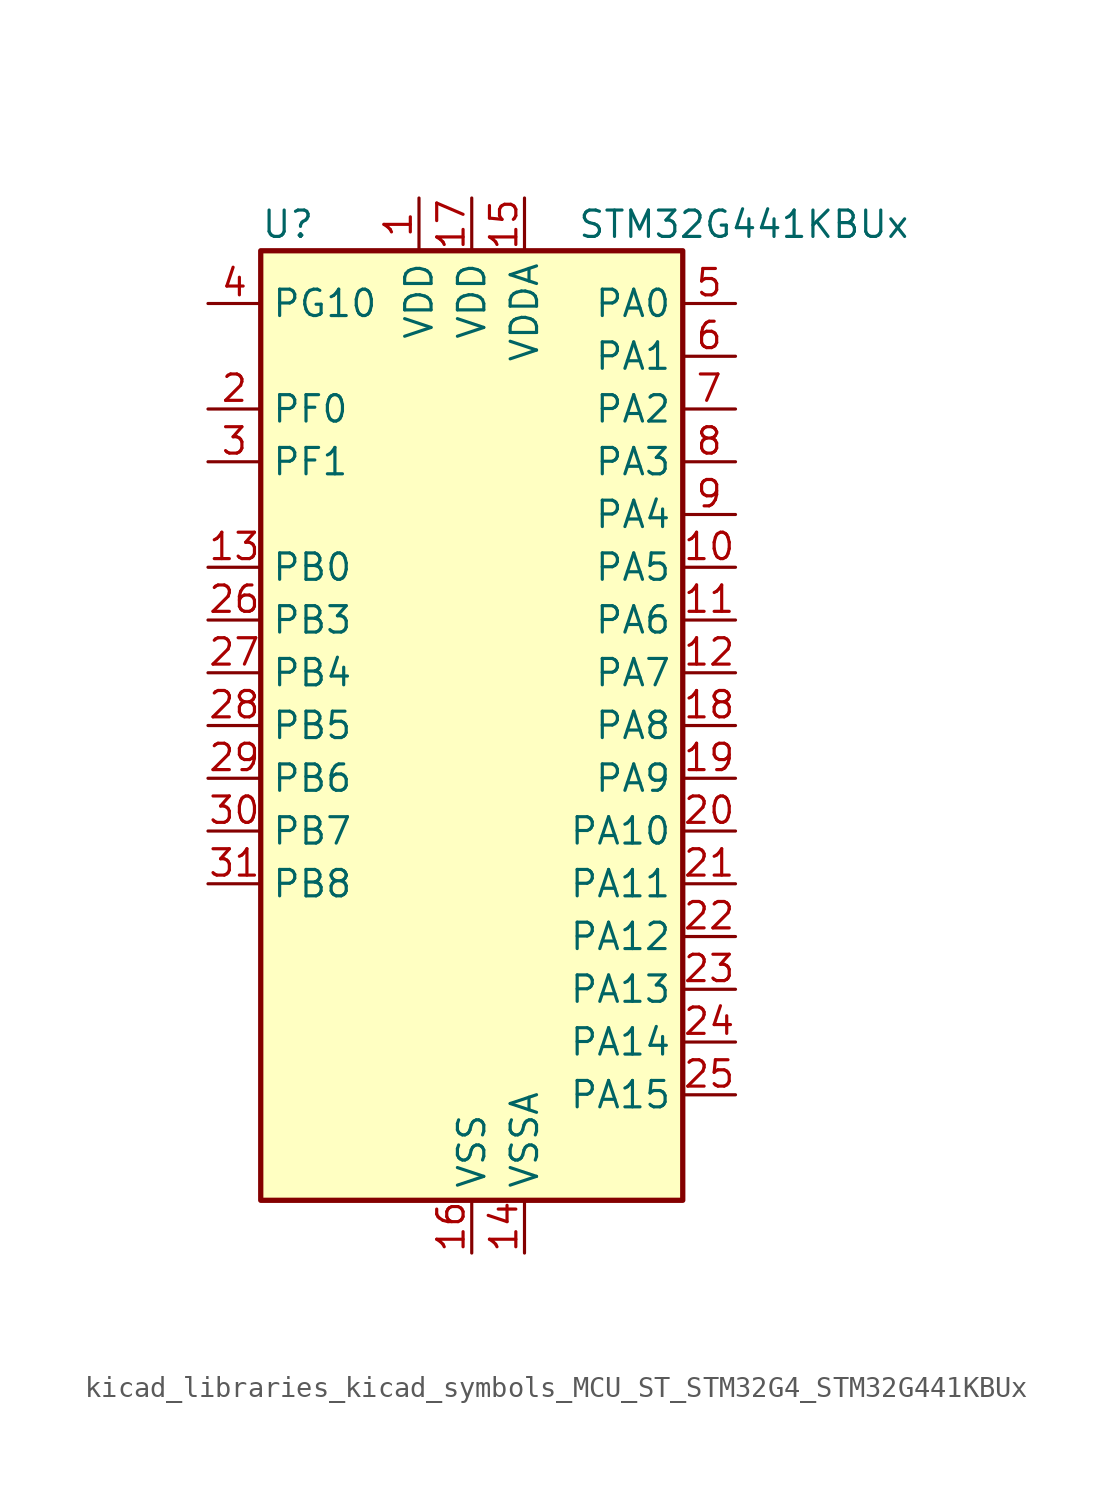
<source format=kicad_sym>
(kicad_symbol_lib
  (version 20220914)
  (generator kicad_symbol_editor)
  (symbol "kicad_libraries_kicad_symbols_MCU_ST_STM32G4_STM32G441KBUx"
    (property "Reference" "U"
      (at -10.16 24.13 0)
      (effects (font (size 1.27 1.27)) (justify left)))
    (property "Value" "STM32G441KBUx"
      (at 5.08 24.13 0)
      (effects (font (size 1.27 1.27)) (justify left)))
    (property "ki_locked" ""
      (at 0 0 0)
      (effects (font (size 1.27 1.27))))
    (symbol "kicad_libraries_kicad_symbols_MCU_ST_STM32G4_STM32G441KBUx_0_1"
      (rectangle (start -10.16 -22.86) (end 10.16 22.86) (stroke (width 0.254) (type default)) (fill (type background))))
    (symbol "kicad_libraries_kicad_symbols_MCU_ST_STM32G4_STM32G441KBUx_1_1"
      (pin power_in line (at -2.54 25.4 270) (length 2.54) (name "VDD" (effects (font (size 1.27 1.27)))) (number "1" (effects (font (size 1.27 1.27)))))
      (pin bidirectional line (at 12.7 7.62 180) (length 2.54) (name "PA5" (effects (font (size 1.27 1.27)))) (number "10" (effects (font (size 1.27 1.27)))) (alternate "ADC2_IN13" bidirectional line) (alternate "COMP2_INM" bidirectional line) (alternate "DAC1_OUT2" bidirectional line) (alternate "OPAMP2_VINM" bidirectional line) (alternate "OPAMP2_VINM0" bidirectional line) (alternate "OPAMP2_VINM_SEC" bidirectional line) (alternate "SPI1_SCK" bidirectional line) (alternate "TIM2_CH1" bidirectional line) (alternate "TIM2_ETR" bidirectional line) (alternate "UCPD1_FRSTX1" bidirectional line) (alternate "UCPD1_FRSTX2" bidirectional line))
      (pin bidirectional line (at 12.7 5.08 180) (length 2.54) (name "PA6" (effects (font (size 1.27 1.27)))) (number "11" (effects (font (size 1.27 1.27)))) (alternate "ADC2_IN3" bidirectional line) (alternate "COMP1_OUT" bidirectional line) (alternate "LPUART1_CTS" bidirectional line) (alternate "OPAMP2_VOUT" bidirectional line) (alternate "SPI1_MISO" bidirectional line) (alternate "TIM16_CH1" bidirectional line) (alternate "TIM1_BKIN" bidirectional line) (alternate "TIM3_CH1" bidirectional line) (alternate "TIM8_BKIN" bidirectional line))
      (pin bidirectional line (at 12.7 2.54 180) (length 2.54) (name "PA7" (effects (font (size 1.27 1.27)))) (number "12" (effects (font (size 1.27 1.27)))) (alternate "ADC2_IN4" bidirectional line) (alternate "COMP2_INP" bidirectional line) (alternate "COMP2_OUT" bidirectional line) (alternate "OPAMP1_VINP" bidirectional line) (alternate "OPAMP1_VINP_SEC" bidirectional line) (alternate "OPAMP2_VINP" bidirectional line) (alternate "OPAMP2_VINP_SEC" bidirectional line) (alternate "SPI1_MOSI" bidirectional line) (alternate "TIM17_CH1" bidirectional line) (alternate "TIM1_CH1N" bidirectional line) (alternate "TIM3_CH2" bidirectional line) (alternate "TIM8_CH1N" bidirectional line) (alternate "UCPD1_FRSTX1" bidirectional line) (alternate "UCPD1_FRSTX2" bidirectional line))
      (pin bidirectional line (at -12.7 7.62 0) (length 2.54) (name "PB0" (effects (font (size 1.27 1.27)))) (number "13" (effects (font (size 1.27 1.27)))) (alternate "ADC1_IN15" bidirectional line) (alternate "COMP4_INP" bidirectional line) (alternate "OPAMP2_VINP" bidirectional line) (alternate "OPAMP2_VINP_SEC" bidirectional line) (alternate "OPAMP3_VINP" bidirectional line) (alternate "OPAMP3_VINP_SEC" bidirectional line) (alternate "TIM1_CH2N" bidirectional line) (alternate "TIM3_CH3" bidirectional line) (alternate "TIM8_CH2N" bidirectional line) (alternate "UCPD1_FRSTX1" bidirectional line) (alternate "UCPD1_FRSTX2" bidirectional line))
      (pin power_in line (at 2.54 -25.4 90) (length 2.54) (name "VSSA" (effects (font (size 1.27 1.27)))) (number "14" (effects (font (size 1.27 1.27)))))
      (pin power_in line (at 2.54 25.4 270) (length 2.54) (name "VDDA" (effects (font (size 1.27 1.27)))) (number "15" (effects (font (size 1.27 1.27)))))
      (pin power_in line (at 0 -25.4 90) (length 2.54) (name "VSS" (effects (font (size 1.27 1.27)))) (number "16" (effects (font (size 1.27 1.27)))))
      (pin power_in line (at 0 25.4 270) (length 2.54) (name "VDD" (effects (font (size 1.27 1.27)))) (number "17" (effects (font (size 1.27 1.27)))))
      (pin bidirectional line (at 12.7 0 180) (length 2.54) (name "PA8" (effects (font (size 1.27 1.27)))) (number "18" (effects (font (size 1.27 1.27)))) (alternate "I2C2_SDA" bidirectional line) (alternate "I2C3_SCL" bidirectional line) (alternate "I2S2_MCK" bidirectional line) (alternate "RCC_MCO" bidirectional line) (alternate "SAI1_CK2" bidirectional line) (alternate "SAI1_SCK_A" bidirectional line) (alternate "TIM1_CH1" bidirectional line) (alternate "TIM4_ETR" bidirectional line) (alternate "USART1_CK" bidirectional line))
      (pin bidirectional line (at 12.7 -2.54 180) (length 2.54) (name "PA9" (effects (font (size 1.27 1.27)))) (number "19" (effects (font (size 1.27 1.27)))) (alternate "DAC1_EXTI9" bidirectional line) (alternate "DAC3_EXTI9" bidirectional line) (alternate "I2C2_SCL" bidirectional line) (alternate "I2C3_SMBA" bidirectional line) (alternate "I2S3_MCK" bidirectional line) (alternate "SAI1_FS_A" bidirectional line) (alternate "TIM15_BKIN" bidirectional line) (alternate "TIM1_CH2" bidirectional line) (alternate "TIM2_CH3" bidirectional line) (alternate "UCPD1_DBCC1" bidirectional line) (alternate "USART1_TX" bidirectional line))
      (pin bidirectional line (at -12.7 15.24 0) (length 2.54) (name "PF0" (effects (font (size 1.27 1.27)))) (number "2" (effects (font (size 1.27 1.27)))) (alternate "ADC1_IN10" bidirectional line) (alternate "I2C2_SDA" bidirectional line) (alternate "I2S2_WS" bidirectional line) (alternate "RCC_OSC_IN" bidirectional line) (alternate "SPI2_NSS" bidirectional line) (alternate "TIM1_CH3N" bidirectional line))
      (pin bidirectional line (at 12.7 -5.08 180) (length 2.54) (name "PA10" (effects (font (size 1.27 1.27)))) (number "20" (effects (font (size 1.27 1.27)))) (alternate "CRS_SYNC" bidirectional line) (alternate "DAC1_EXTI10" bidirectional line) (alternate "DAC3_EXTI10" bidirectional line) (alternate "I2C2_SMBA" bidirectional line) (alternate "SAI1_D1" bidirectional line) (alternate "SAI1_SD_A" bidirectional line) (alternate "SPI2_MISO" bidirectional line) (alternate "TIM17_BKIN" bidirectional line) (alternate "TIM1_CH3" bidirectional line) (alternate "TIM2_CH4" bidirectional line) (alternate "TIM8_BKIN" bidirectional line) (alternate "UCPD1_DBCC2" bidirectional line) (alternate "USART1_RX" bidirectional line))
      (pin bidirectional line (at 12.7 -7.62 180) (length 2.54) (name "PA11" (effects (font (size 1.27 1.27)))) (number "21" (effects (font (size 1.27 1.27)))) (alternate "ADC1_EXTI11" bidirectional line) (alternate "ADC2_EXTI11" bidirectional line) (alternate "COMP1_OUT" bidirectional line) (alternate "FDCAN1_RX" bidirectional line) (alternate "I2S2_SD" bidirectional line) (alternate "SPI2_MOSI" bidirectional line) (alternate "TIM1_BKIN2" bidirectional line) (alternate "TIM1_CH1N" bidirectional line) (alternate "TIM1_CH4" bidirectional line) (alternate "TIM4_CH1" bidirectional line) (alternate "USART1_CTS" bidirectional line) (alternate "USART1_NSS" bidirectional line) (alternate "USB_DM" bidirectional line))
      (pin bidirectional line (at 12.7 -10.16 180) (length 2.54) (name "PA12" (effects (font (size 1.27 1.27)))) (number "22" (effects (font (size 1.27 1.27)))) (alternate "COMP2_OUT" bidirectional line) (alternate "FDCAN1_TX" bidirectional line) (alternate "I2S_CKIN" bidirectional line) (alternate "TIM16_CH1" bidirectional line) (alternate "TIM1_CH2N" bidirectional line) (alternate "TIM1_ETR" bidirectional line) (alternate "TIM4_CH2" bidirectional line) (alternate "USART1_DE" bidirectional line) (alternate "USART1_RTS" bidirectional line) (alternate "USB_DP" bidirectional line))
      (pin bidirectional line (at 12.7 -12.7 180) (length 2.54) (name "PA13" (effects (font (size 1.27 1.27)))) (number "23" (effects (font (size 1.27 1.27)))) (alternate "I2C1_SCL" bidirectional line) (alternate "IR_OUT" bidirectional line) (alternate "SAI1_SD_B" bidirectional line) (alternate "SYS_JTMS-SWDIO" bidirectional line) (alternate "TIM16_CH1N" bidirectional line) (alternate "TIM4_CH3" bidirectional line))
      (pin bidirectional line (at 12.7 -15.24 180) (length 2.54) (name "PA14" (effects (font (size 1.27 1.27)))) (number "24" (effects (font (size 1.27 1.27)))) (alternate "I2C1_SDA" bidirectional line) (alternate "LPTIM1_OUT" bidirectional line) (alternate "SAI1_FS_B" bidirectional line) (alternate "SYS_JTCK-SWCLK" bidirectional line) (alternate "TIM1_BKIN" bidirectional line) (alternate "TIM8_CH2" bidirectional line) (alternate "USART2_TX" bidirectional line))
      (pin bidirectional line (at 12.7 -17.78 180) (length 2.54) (name "PA15" (effects (font (size 1.27 1.27)))) (number "25" (effects (font (size 1.27 1.27)))) (alternate "ADC1_EXTI15" bidirectional line) (alternate "ADC2_EXTI15" bidirectional line) (alternate "I2C1_SCL" bidirectional line) (alternate "I2S3_WS" bidirectional line) (alternate "SPI1_NSS" bidirectional line) (alternate "SPI3_NSS" bidirectional line) (alternate "SYS_JTDI" bidirectional line) (alternate "TIM1_BKIN" bidirectional line) (alternate "TIM2_CH1" bidirectional line) (alternate "TIM2_ETR" bidirectional line) (alternate "TIM8_CH1" bidirectional line) (alternate "USART2_RX" bidirectional line))
      (pin bidirectional line (at -12.7 5.08 0) (length 2.54) (name "PB3" (effects (font (size 1.27 1.27)))) (number "26" (effects (font (size 1.27 1.27)))) (alternate "CRS_SYNC" bidirectional line) (alternate "I2S3_CK" bidirectional line) (alternate "SAI1_SCK_B" bidirectional line) (alternate "SPI1_SCK" bidirectional line) (alternate "SPI3_SCK" bidirectional line) (alternate "SYS_JTDO-SWO" bidirectional line) (alternate "TIM2_CH2" bidirectional line) (alternate "TIM3_ETR" bidirectional line) (alternate "TIM4_ETR" bidirectional line) (alternate "TIM8_CH1N" bidirectional line) (alternate "USART2_TX" bidirectional line))
      (pin bidirectional line (at -12.7 2.54 0) (length 2.54) (name "PB4" (effects (font (size 1.27 1.27)))) (number "27" (effects (font (size 1.27 1.27)))) (alternate "SAI1_MCLK_B" bidirectional line) (alternate "SPI1_MISO" bidirectional line) (alternate "SPI3_MISO" bidirectional line) (alternate "SYS_JTRST" bidirectional line) (alternate "TIM16_CH1" bidirectional line) (alternate "TIM17_BKIN" bidirectional line) (alternate "TIM3_CH1" bidirectional line) (alternate "TIM8_CH2N" bidirectional line) (alternate "UCPD1_CC2" bidirectional line) (alternate "USART2_RX" bidirectional line))
      (pin bidirectional line (at -12.7 0 0) (length 2.54) (name "PB5" (effects (font (size 1.27 1.27)))) (number "28" (effects (font (size 1.27 1.27)))) (alternate "I2C1_SMBA" bidirectional line) (alternate "I2C3_SDA" bidirectional line) (alternate "I2S3_SD" bidirectional line) (alternate "LPTIM1_IN1" bidirectional line) (alternate "SAI1_SD_B" bidirectional line) (alternate "SPI1_MOSI" bidirectional line) (alternate "SPI3_MOSI" bidirectional line) (alternate "TIM16_BKIN" bidirectional line) (alternate "TIM17_CH1" bidirectional line) (alternate "TIM3_CH2" bidirectional line) (alternate "TIM8_CH3N" bidirectional line) (alternate "USART2_CK" bidirectional line))
      (pin bidirectional line (at -12.7 -2.54 0) (length 2.54) (name "PB6" (effects (font (size 1.27 1.27)))) (number "29" (effects (font (size 1.27 1.27)))) (alternate "COMP4_OUT" bidirectional line) (alternate "LPTIM1_ETR" bidirectional line) (alternate "SAI1_FS_B" bidirectional line) (alternate "TIM16_CH1N" bidirectional line) (alternate "TIM4_CH1" bidirectional line) (alternate "TIM8_BKIN2" bidirectional line) (alternate "TIM8_CH1" bidirectional line) (alternate "TIM8_ETR" bidirectional line) (alternate "UCPD1_CC1" bidirectional line) (alternate "USART1_TX" bidirectional line))
      (pin bidirectional line (at -12.7 12.7 0) (length 2.54) (name "PF1" (effects (font (size 1.27 1.27)))) (number "3" (effects (font (size 1.27 1.27)))) (alternate "ADC2_IN10" bidirectional line) (alternate "COMP3_INM" bidirectional line) (alternate "I2S2_CK" bidirectional line) (alternate "RCC_OSC_OUT" bidirectional line) (alternate "SPI2_SCK" bidirectional line))
      (pin bidirectional line (at -12.7 -5.08 0) (length 2.54) (name "PB7" (effects (font (size 1.27 1.27)))) (number "30" (effects (font (size 1.27 1.27)))) (alternate "COMP3_OUT" bidirectional line) (alternate "I2C1_SDA" bidirectional line) (alternate "LPTIM1_IN2" bidirectional line) (alternate "SYS_PVD_IN" bidirectional line) (alternate "TIM17_CH1N" bidirectional line) (alternate "TIM3_CH4" bidirectional line) (alternate "TIM4_CH2" bidirectional line) (alternate "TIM8_BKIN" bidirectional line) (alternate "USART1_RX" bidirectional line))
      (pin bidirectional line (at -12.7 -7.62 0) (length 2.54) (name "PB8" (effects (font (size 1.27 1.27)))) (number "31" (effects (font (size 1.27 1.27)))) (alternate "COMP1_OUT" bidirectional line) (alternate "FDCAN1_RX" bidirectional line) (alternate "I2C1_SCL" bidirectional line) (alternate "SAI1_CK1" bidirectional line) (alternate "SAI1_MCLK_A" bidirectional line) (alternate "TIM16_CH1" bidirectional line) (alternate "TIM1_BKIN" bidirectional line) (alternate "TIM4_CH3" bidirectional line) (alternate "TIM8_CH2" bidirectional line))
      (pin passive line (at 0 -25.4 90) (length 2.54) hide (name "VSS" (effects (font (size 1.27 1.27)))) (number "32" (effects (font (size 1.27 1.27)))))
      (pin passive line (at 0 -25.4 90) (length 2.54) hide (name "VSS" (effects (font (size 1.27 1.27)))) (number "33" (effects (font (size 1.27 1.27)))))
      (pin bidirectional line (at -12.7 20.32 0) (length 2.54) (name "PG10" (effects (font (size 1.27 1.27)))) (number "4" (effects (font (size 1.27 1.27)))) (alternate "DAC1_EXTI10" bidirectional line) (alternate "DAC3_EXTI10" bidirectional line) (alternate "RCC_MCO" bidirectional line))
      (pin bidirectional line (at 12.7 20.32 180) (length 2.54) (name "PA0" (effects (font (size 1.27 1.27)))) (number "5" (effects (font (size 1.27 1.27)))) (alternate "ADC1_IN1" bidirectional line) (alternate "ADC2_IN1" bidirectional line) (alternate "COMP1_INM" bidirectional line) (alternate "COMP1_OUT" bidirectional line) (alternate "COMP3_INP" bidirectional line) (alternate "RTC_TAMP2" bidirectional line) (alternate "SYS_WKUP1" bidirectional line) (alternate "TIM2_CH1" bidirectional line) (alternate "TIM2_ETR" bidirectional line) (alternate "TIM8_BKIN" bidirectional line) (alternate "TIM8_ETR" bidirectional line) (alternate "USART2_CTS" bidirectional line) (alternate "USART2_NSS" bidirectional line))
      (pin bidirectional line (at 12.7 17.78 180) (length 2.54) (name "PA1" (effects (font (size 1.27 1.27)))) (number "6" (effects (font (size 1.27 1.27)))) (alternate "ADC1_IN2" bidirectional line) (alternate "ADC2_IN2" bidirectional line) (alternate "COMP1_INP" bidirectional line) (alternate "OPAMP1_VINP" bidirectional line) (alternate "OPAMP1_VINP_SEC" bidirectional line) (alternate "OPAMP3_VINP" bidirectional line) (alternate "OPAMP3_VINP_SEC" bidirectional line) (alternate "RTC_REFIN" bidirectional line) (alternate "TIM15_CH1N" bidirectional line) (alternate "TIM2_CH2" bidirectional line) (alternate "USART2_DE" bidirectional line) (alternate "USART2_RTS" bidirectional line))
      (pin bidirectional line (at 12.7 15.24 180) (length 2.54) (name "PA2" (effects (font (size 1.27 1.27)))) (number "7" (effects (font (size 1.27 1.27)))) (alternate "ADC1_IN3" bidirectional line) (alternate "COMP2_INM" bidirectional line) (alternate "COMP2_OUT" bidirectional line) (alternate "LPUART1_TX" bidirectional line) (alternate "OPAMP1_VOUT" bidirectional line) (alternate "RCC_LSCO" bidirectional line) (alternate "SYS_WKUP4" bidirectional line) (alternate "TIM15_CH1" bidirectional line) (alternate "TIM2_CH3" bidirectional line) (alternate "UCPD1_FRSTX1" bidirectional line) (alternate "UCPD1_FRSTX2" bidirectional line) (alternate "USART2_TX" bidirectional line))
      (pin bidirectional line (at 12.7 12.7 180) (length 2.54) (name "PA3" (effects (font (size 1.27 1.27)))) (number "8" (effects (font (size 1.27 1.27)))) (alternate "ADC1_IN4" bidirectional line) (alternate "COMP2_INP" bidirectional line) (alternate "LPUART1_RX" bidirectional line) (alternate "OPAMP1_VINM" bidirectional line) (alternate "OPAMP1_VINM0" bidirectional line) (alternate "OPAMP1_VINM_SEC" bidirectional line) (alternate "OPAMP1_VINP" bidirectional line) (alternate "OPAMP1_VINP_SEC" bidirectional line) (alternate "SAI1_CK1" bidirectional line) (alternate "SAI1_MCLK_A" bidirectional line) (alternate "TIM15_CH2" bidirectional line) (alternate "TIM2_CH4" bidirectional line) (alternate "USART2_RX" bidirectional line))
      (pin bidirectional line (at 12.7 10.16 180) (length 2.54) (name "PA4" (effects (font (size 1.27 1.27)))) (number "9" (effects (font (size 1.27 1.27)))) (alternate "ADC2_IN17" bidirectional line) (alternate "COMP1_INM" bidirectional line) (alternate "DAC1_OUT1" bidirectional line) (alternate "I2S3_WS" bidirectional line) (alternate "SAI1_FS_B" bidirectional line) (alternate "SPI1_NSS" bidirectional line) (alternate "SPI3_NSS" bidirectional line) (alternate "TIM3_CH2" bidirectional line) (alternate "USART2_CK" bidirectional line)))))
</source>
